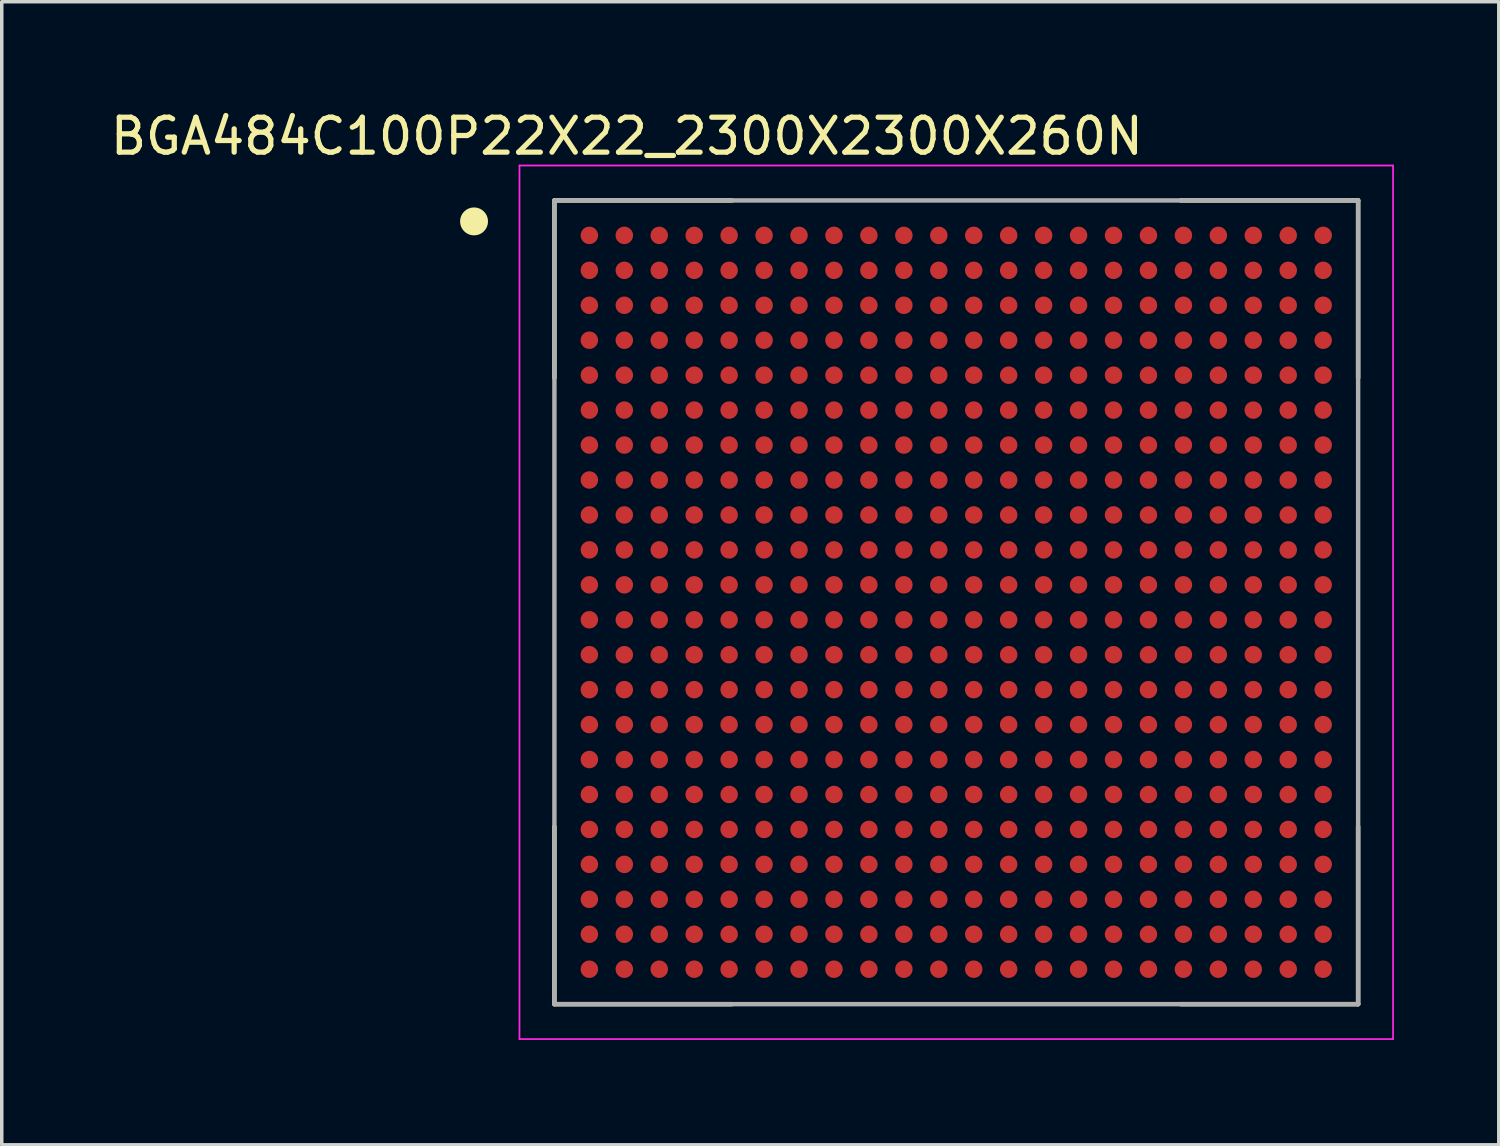
<source format=kicad_pcb>
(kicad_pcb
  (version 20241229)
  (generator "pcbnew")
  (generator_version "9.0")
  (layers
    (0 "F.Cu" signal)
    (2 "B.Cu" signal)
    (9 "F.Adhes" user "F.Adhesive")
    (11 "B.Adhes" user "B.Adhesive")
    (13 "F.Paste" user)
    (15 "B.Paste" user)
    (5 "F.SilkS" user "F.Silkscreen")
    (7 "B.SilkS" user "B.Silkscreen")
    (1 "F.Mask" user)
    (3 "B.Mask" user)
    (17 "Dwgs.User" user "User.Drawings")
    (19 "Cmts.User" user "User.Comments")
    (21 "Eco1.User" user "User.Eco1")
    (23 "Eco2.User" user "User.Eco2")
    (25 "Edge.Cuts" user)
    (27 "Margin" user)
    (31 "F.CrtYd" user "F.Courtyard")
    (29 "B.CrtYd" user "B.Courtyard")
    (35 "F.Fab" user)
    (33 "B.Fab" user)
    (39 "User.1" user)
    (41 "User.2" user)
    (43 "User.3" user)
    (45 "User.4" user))
  (footprint "BGA484C100P22X22_2300X2300X260N"
    (layer "F.Cu")
    (at 24.316 14.186)
    (property "Reference" "BGA484C100P22X22_2300X2300X260N" (at -9.427 -13.337 0) (layer "F.SilkS") (effects (font (size 1 1) (thickness 0.15))))
    (attr smd)
    (fp_line (start -11.5 -11.5) (end -6.42 -11.5) (stroke (width 0.127) (type solid)) (layer "F.SilkS"))
    (fp_line (start -11.5 -6.42) (end -11.5 -11.5) (stroke (width 0.127) (type solid)) (layer "F.SilkS"))
    (fp_line (start -11.5 11.5) (end -11.5 6.42) (stroke (width 0.127) (type solid)) (layer "F.SilkS"))
    (fp_line (start -6.42 11.5) (end -11.5 11.5) (stroke (width 0.127) (type solid)) (layer "F.SilkS"))
    (fp_line (start 6.42 -11.5) (end 11.5 -11.5) (stroke (width 0.127) (type solid)) (layer "F.SilkS"))
    (fp_line (start 6.42 11.5) (end 11.5 11.5) (stroke (width 0.127) (type solid)) (layer "F.SilkS"))
    (fp_line (start 11.5 -11.5) (end 11.5 -6.42) (stroke (width 0.127) (type solid)) (layer "F.SilkS"))
    (fp_line (start 11.5 11.5) (end 11.5 6.42) (stroke (width 0.127) (type solid)) (layer "F.SilkS"))
    (fp_circle (center -13.8 -10.9) (end -13.6 -10.9) (stroke (width 0.4) (type solid)) (fill no) (layer "F.SilkS"))
    (fp_line (start -12.5 -12.5) (end 12.5 -12.5) (stroke (width 0.05) (type solid)) (layer "F.CrtYd"))
    (fp_line (start -12.5 12.5) (end -12.5 -12.5) (stroke (width 0.05) (type solid)) (layer "F.CrtYd"))
    (fp_line (start 12.5 -12.5) (end 12.5 12.5) (stroke (width 0.05) (type solid)) (layer "F.CrtYd"))
    (fp_line (start 12.5 12.5) (end -12.5 12.5) (stroke (width 0.05) (type solid)) (layer "F.CrtYd"))
    (fp_line (start -11.5 -11.5) (end 11.5 -11.5) (stroke (width 0.127) (type solid)) (layer "F.Fab"))
    (fp_line (start -11.5 11.5) (end -11.5 -11.5) (stroke (width 0.127) (type solid)) (layer "F.Fab"))
    (fp_line (start 11.5 -11.5) (end 11.5 11.5) (stroke (width 0.127) (type solid)) (layer "F.Fab"))
    (fp_line (start 11.5 11.5) (end -11.5 11.5) (stroke (width 0.127) (type solid)) (layer "F.Fab"))
    (pad "A1" smd circle (at -10.5 -10.5) (size 0.5 0.5) (layers "F.Cu" "F.Mask" "F.Paste"))
    (pad "A2" smd circle (at -9.5 -10.5) (size 0.5 0.5) (layers "F.Cu" "F.Mask" "F.Paste"))
    (pad "A3" smd circle (at -8.5 -10.5) (size 0.5 0.5) (layers "F.Cu" "F.Mask" "F.Paste"))
    (pad "A4" smd circle (at -7.5 -10.5) (size 0.5 0.5) (layers "F.Cu" "F.Mask" "F.Paste"))
    (pad "A5" smd circle (at -6.5 -10.5) (size 0.5 0.5) (layers "F.Cu" "F.Mask" "F.Paste"))
    (pad "A6" smd circle (at -5.5 -10.5) (size 0.5 0.5) (layers "F.Cu" "F.Mask" "F.Paste"))
    (pad "A7" smd circle (at -4.5 -10.5) (size 0.5 0.5) (layers "F.Cu" "F.Mask" "F.Paste"))
    (pad "A8" smd circle (at -3.5 -10.5) (size 0.5 0.5) (layers "F.Cu" "F.Mask" "F.Paste"))
    (pad "A9" smd circle (at -2.5 -10.5) (size 0.5 0.5) (layers "F.Cu" "F.Mask" "F.Paste"))
    (pad "A10" smd circle (at -1.5 -10.5) (size 0.5 0.5) (layers "F.Cu" "F.Mask" "F.Paste"))
    (pad "A11" smd circle (at -0.5 -10.5) (size 0.5 0.5) (layers "F.Cu" "F.Mask" "F.Paste"))
    (pad "A12" smd circle (at 0.5 -10.5) (size 0.5 0.5) (layers "F.Cu" "F.Mask" "F.Paste"))
    (pad "A13" smd circle (at 1.5 -10.5) (size 0.5 0.5) (layers "F.Cu" "F.Mask" "F.Paste"))
    (pad "A14" smd circle (at 2.5 -10.5) (size 0.5 0.5) (layers "F.Cu" "F.Mask" "F.Paste"))
    (pad "A15" smd circle (at 3.5 -10.5) (size 0.5 0.5) (layers "F.Cu" "F.Mask" "F.Paste"))
    (pad "A16" smd circle (at 4.5 -10.5) (size 0.5 0.5) (layers "F.Cu" "F.Mask" "F.Paste"))
    (pad "A17" smd circle (at 5.5 -10.5) (size 0.5 0.5) (layers "F.Cu" "F.Mask" "F.Paste"))
    (pad "A18" smd circle (at 6.5 -10.5) (size 0.5 0.5) (layers "F.Cu" "F.Mask" "F.Paste"))
    (pad "A19" smd circle (at 7.5 -10.5) (size 0.5 0.5) (layers "F.Cu" "F.Mask" "F.Paste"))
    (pad "A20" smd circle (at 8.5 -10.5) (size 0.5 0.5) (layers "F.Cu" "F.Mask" "F.Paste"))
    (pad "A21" smd circle (at 9.5 -10.5) (size 0.5 0.5) (layers "F.Cu" "F.Mask" "F.Paste"))
    (pad "A22" smd circle (at 10.5 -10.5) (size 0.5 0.5) (layers "F.Cu" "F.Mask" "F.Paste"))
    (pad "AA1" smd circle (at -10.5 9.5) (size 0.5 0.5) (layers "F.Cu" "F.Mask" "F.Paste"))
    (pad "AA2" smd circle (at -9.5 9.5) (size 0.5 0.5) (layers "F.Cu" "F.Mask" "F.Paste"))
    (pad "AA3" smd circle (at -8.5 9.5) (size 0.5 0.5) (layers "F.Cu" "F.Mask" "F.Paste"))
    (pad "AA4" smd circle (at -7.5 9.5) (size 0.5 0.5) (layers "F.Cu" "F.Mask" "F.Paste"))
    (pad "AA5" smd circle (at -6.5 9.5) (size 0.5 0.5) (layers "F.Cu" "F.Mask" "F.Paste"))
    (pad "AA6" smd circle (at -5.5 9.5) (size 0.5 0.5) (layers "F.Cu" "F.Mask" "F.Paste"))
    (pad "AA7" smd circle (at -4.5 9.5) (size 0.5 0.5) (layers "F.Cu" "F.Mask" "F.Paste"))
    (pad "AA8" smd circle (at -3.5 9.5) (size 0.5 0.5) (layers "F.Cu" "F.Mask" "F.Paste"))
    (pad "AA9" smd circle (at -2.5 9.5) (size 0.5 0.5) (layers "F.Cu" "F.Mask" "F.Paste"))
    (pad "AA10" smd circle (at -1.5 9.5) (size 0.5 0.5) (layers "F.Cu" "F.Mask" "F.Paste"))
    (pad "AA11" smd circle (at -0.5 9.5) (size 0.5 0.5) (layers "F.Cu" "F.Mask" "F.Paste"))
    (pad "AA12" smd circle (at 0.5 9.5) (size 0.5 0.5) (layers "F.Cu" "F.Mask" "F.Paste"))
    (pad "AA13" smd circle (at 1.5 9.5) (size 0.5 0.5) (layers "F.Cu" "F.Mask" "F.Paste"))
    (pad "AA14" smd circle (at 2.5 9.5) (size 0.5 0.5) (layers "F.Cu" "F.Mask" "F.Paste"))
    (pad "AA15" smd circle (at 3.5 9.5) (size 0.5 0.5) (layers "F.Cu" "F.Mask" "F.Paste"))
    (pad "AA16" smd circle (at 4.5 9.5) (size 0.5 0.5) (layers "F.Cu" "F.Mask" "F.Paste"))
    (pad "AA17" smd circle (at 5.5 9.5) (size 0.5 0.5) (layers "F.Cu" "F.Mask" "F.Paste"))
    (pad "AA18" smd circle (at 6.5 9.5) (size 0.5 0.5) (layers "F.Cu" "F.Mask" "F.Paste"))
    (pad "AA19" smd circle (at 7.5 9.5) (size 0.5 0.5) (layers "F.Cu" "F.Mask" "F.Paste"))
    (pad "AA20" smd circle (at 8.5 9.5) (size 0.5 0.5) (layers "F.Cu" "F.Mask" "F.Paste"))
    (pad "AA21" smd circle (at 9.5 9.5) (size 0.5 0.5) (layers "F.Cu" "F.Mask" "F.Paste"))
    (pad "AA22" smd circle (at 10.5 9.5) (size 0.5 0.5) (layers "F.Cu" "F.Mask" "F.Paste"))
    (pad "AB1" smd circle (at -10.5 10.5) (size 0.5 0.5) (layers "F.Cu" "F.Mask" "F.Paste"))
    (pad "AB2" smd circle (at -9.5 10.5) (size 0.5 0.5) (layers "F.Cu" "F.Mask" "F.Paste"))
    (pad "AB3" smd circle (at -8.5 10.5) (size 0.5 0.5) (layers "F.Cu" "F.Mask" "F.Paste"))
    (pad "AB4" smd circle (at -7.5 10.5) (size 0.5 0.5) (layers "F.Cu" "F.Mask" "F.Paste"))
    (pad "AB5" smd circle (at -6.5 10.5) (size 0.5 0.5) (layers "F.Cu" "F.Mask" "F.Paste"))
    (pad "AB6" smd circle (at -5.5 10.5) (size 0.5 0.5) (layers "F.Cu" "F.Mask" "F.Paste"))
    (pad "AB7" smd circle (at -4.5 10.5) (size 0.5 0.5) (layers "F.Cu" "F.Mask" "F.Paste"))
    (pad "AB8" smd circle (at -3.5 10.5) (size 0.5 0.5) (layers "F.Cu" "F.Mask" "F.Paste"))
    (pad "AB9" smd circle (at -2.5 10.5) (size 0.5 0.5) (layers "F.Cu" "F.Mask" "F.Paste"))
    (pad "AB10" smd circle (at -1.5 10.5) (size 0.5 0.5) (layers "F.Cu" "F.Mask" "F.Paste"))
    (pad "AB11" smd circle (at -0.5 10.5) (size 0.5 0.5) (layers "F.Cu" "F.Mask" "F.Paste"))
    (pad "AB12" smd circle (at 0.5 10.5) (size 0.5 0.5) (layers "F.Cu" "F.Mask" "F.Paste"))
    (pad "AB13" smd circle (at 1.5 10.5) (size 0.5 0.5) (layers "F.Cu" "F.Mask" "F.Paste"))
    (pad "AB14" smd circle (at 2.5 10.5) (size 0.5 0.5) (layers "F.Cu" "F.Mask" "F.Paste"))
    (pad "AB15" smd circle (at 3.5 10.5) (size 0.5 0.5) (layers "F.Cu" "F.Mask" "F.Paste"))
    (pad "AB16" smd circle (at 4.5 10.5) (size 0.5 0.5) (layers "F.Cu" "F.Mask" "F.Paste"))
    (pad "AB17" smd circle (at 5.5 10.5) (size 0.5 0.5) (layers "F.Cu" "F.Mask" "F.Paste"))
    (pad "AB18" smd circle (at 6.5 10.5) (size 0.5 0.5) (layers "F.Cu" "F.Mask" "F.Paste"))
    (pad "AB19" smd circle (at 7.5 10.5) (size 0.5 0.5) (layers "F.Cu" "F.Mask" "F.Paste"))
    (pad "AB20" smd circle (at 8.5 10.5) (size 0.5 0.5) (layers "F.Cu" "F.Mask" "F.Paste"))
    (pad "AB21" smd circle (at 9.5 10.5) (size 0.5 0.5) (layers "F.Cu" "F.Mask" "F.Paste"))
    (pad "AB22" smd circle (at 10.5 10.5) (size 0.5 0.5) (layers "F.Cu" "F.Mask" "F.Paste"))
    (pad "B1" smd circle (at -10.5 -9.5) (size 0.5 0.5) (layers "F.Cu" "F.Mask" "F.Paste"))
    (pad "B2" smd circle (at -9.5 -9.5) (size 0.5 0.5) (layers "F.Cu" "F.Mask" "F.Paste"))
    (pad "B3" smd circle (at -8.5 -9.5) (size 0.5 0.5) (layers "F.Cu" "F.Mask" "F.Paste"))
    (pad "B4" smd circle (at -7.5 -9.5) (size 0.5 0.5) (layers "F.Cu" "F.Mask" "F.Paste"))
    (pad "B5" smd circle (at -6.5 -9.5) (size 0.5 0.5) (layers "F.Cu" "F.Mask" "F.Paste"))
    (pad "B6" smd circle (at -5.5 -9.5) (size 0.5 0.5) (layers "F.Cu" "F.Mask" "F.Paste"))
    (pad "B7" smd circle (at -4.5 -9.5) (size 0.5 0.5) (layers "F.Cu" "F.Mask" "F.Paste"))
    (pad "B8" smd circle (at -3.5 -9.5) (size 0.5 0.5) (layers "F.Cu" "F.Mask" "F.Paste"))
    (pad "B9" smd circle (at -2.5 -9.5) (size 0.5 0.5) (layers "F.Cu" "F.Mask" "F.Paste"))
    (pad "B10" smd circle (at -1.5 -9.5) (size 0.5 0.5) (layers "F.Cu" "F.Mask" "F.Paste"))
    (pad "B11" smd circle (at -0.5 -9.5) (size 0.5 0.5) (layers "F.Cu" "F.Mask" "F.Paste"))
    (pad "B12" smd circle (at 0.5 -9.5) (size 0.5 0.5) (layers "F.Cu" "F.Mask" "F.Paste"))
    (pad "B13" smd circle (at 1.5 -9.5) (size 0.5 0.5) (layers "F.Cu" "F.Mask" "F.Paste"))
    (pad "B14" smd circle (at 2.5 -9.5) (size 0.5 0.5) (layers "F.Cu" "F.Mask" "F.Paste"))
    (pad "B15" smd circle (at 3.5 -9.5) (size 0.5 0.5) (layers "F.Cu" "F.Mask" "F.Paste"))
    (pad "B16" smd circle (at 4.5 -9.5) (size 0.5 0.5) (layers "F.Cu" "F.Mask" "F.Paste"))
    (pad "B17" smd circle (at 5.5 -9.5) (size 0.5 0.5) (layers "F.Cu" "F.Mask" "F.Paste"))
    (pad "B18" smd circle (at 6.5 -9.5) (size 0.5 0.5) (layers "F.Cu" "F.Mask" "F.Paste"))
    (pad "B19" smd circle (at 7.5 -9.5) (size 0.5 0.5) (layers "F.Cu" "F.Mask" "F.Paste"))
    (pad "B20" smd circle (at 8.5 -9.5) (size 0.5 0.5) (layers "F.Cu" "F.Mask" "F.Paste"))
    (pad "B21" smd circle (at 9.5 -9.5) (size 0.5 0.5) (layers "F.Cu" "F.Mask" "F.Paste"))
    (pad "B22" smd circle (at 10.5 -9.5) (size 0.5 0.5) (layers "F.Cu" "F.Mask" "F.Paste"))
    (pad "C1" smd circle (at -10.5 -8.5) (size 0.5 0.5) (layers "F.Cu" "F.Mask" "F.Paste"))
    (pad "C2" smd circle (at -9.5 -8.5) (size 0.5 0.5) (layers "F.Cu" "F.Mask" "F.Paste"))
    (pad "C3" smd circle (at -8.5 -8.5) (size 0.5 0.5) (layers "F.Cu" "F.Mask" "F.Paste"))
    (pad "C4" smd circle (at -7.5 -8.5) (size 0.5 0.5) (layers "F.Cu" "F.Mask" "F.Paste"))
    (pad "C5" smd circle (at -6.5 -8.5) (size 0.5 0.5) (layers "F.Cu" "F.Mask" "F.Paste"))
    (pad "C6" smd circle (at -5.5 -8.5) (size 0.5 0.5) (layers "F.Cu" "F.Mask" "F.Paste"))
    (pad "C7" smd circle (at -4.5 -8.5) (size 0.5 0.5) (layers "F.Cu" "F.Mask" "F.Paste"))
    (pad "C8" smd circle (at -3.5 -8.5) (size 0.5 0.5) (layers "F.Cu" "F.Mask" "F.Paste"))
    (pad "C9" smd circle (at -2.5 -8.5) (size 0.5 0.5) (layers "F.Cu" "F.Mask" "F.Paste"))
    (pad "C10" smd circle (at -1.5 -8.5) (size 0.5 0.5) (layers "F.Cu" "F.Mask" "F.Paste"))
    (pad "C11" smd circle (at -0.5 -8.5) (size 0.5 0.5) (layers "F.Cu" "F.Mask" "F.Paste"))
    (pad "C12" smd circle (at 0.5 -8.5) (size 0.5 0.5) (layers "F.Cu" "F.Mask" "F.Paste"))
    (pad "C13" smd circle (at 1.5 -8.5) (size 0.5 0.5) (layers "F.Cu" "F.Mask" "F.Paste"))
    (pad "C14" smd circle (at 2.5 -8.5) (size 0.5 0.5) (layers "F.Cu" "F.Mask" "F.Paste"))
    (pad "C15" smd circle (at 3.5 -8.5) (size 0.5 0.5) (layers "F.Cu" "F.Mask" "F.Paste"))
    (pad "C16" smd circle (at 4.5 -8.5) (size 0.5 0.5) (layers "F.Cu" "F.Mask" "F.Paste"))
    (pad "C17" smd circle (at 5.5 -8.5) (size 0.5 0.5) (layers "F.Cu" "F.Mask" "F.Paste"))
    (pad "C18" smd circle (at 6.5 -8.5) (size 0.5 0.5) (layers "F.Cu" "F.Mask" "F.Paste"))
    (pad "C19" smd circle (at 7.5 -8.5) (size 0.5 0.5) (layers "F.Cu" "F.Mask" "F.Paste"))
    (pad "C20" smd circle (at 8.5 -8.5) (size 0.5 0.5) (layers "F.Cu" "F.Mask" "F.Paste"))
    (pad "C21" smd circle (at 9.5 -8.5) (size 0.5 0.5) (layers "F.Cu" "F.Mask" "F.Paste"))
    (pad "C22" smd circle (at 10.5 -8.5) (size 0.5 0.5) (layers "F.Cu" "F.Mask" "F.Paste"))
    (pad "D1" smd circle (at -10.5 -7.5) (size 0.5 0.5) (layers "F.Cu" "F.Mask" "F.Paste"))
    (pad "D2" smd circle (at -9.5 -7.5) (size 0.5 0.5) (layers "F.Cu" "F.Mask" "F.Paste"))
    (pad "D3" smd circle (at -8.5 -7.5) (size 0.5 0.5) (layers "F.Cu" "F.Mask" "F.Paste"))
    (pad "D4" smd circle (at -7.5 -7.5) (size 0.5 0.5) (layers "F.Cu" "F.Mask" "F.Paste"))
    (pad "D5" smd circle (at -6.5 -7.5) (size 0.5 0.5) (layers "F.Cu" "F.Mask" "F.Paste"))
    (pad "D6" smd circle (at -5.5 -7.5) (size 0.5 0.5) (layers "F.Cu" "F.Mask" "F.Paste"))
    (pad "D7" smd circle (at -4.5 -7.5) (size 0.5 0.5) (layers "F.Cu" "F.Mask" "F.Paste"))
    (pad "D8" smd circle (at -3.5 -7.5) (size 0.5 0.5) (layers "F.Cu" "F.Mask" "F.Paste"))
    (pad "D9" smd circle (at -2.5 -7.5) (size 0.5 0.5) (layers "F.Cu" "F.Mask" "F.Paste"))
    (pad "D10" smd circle (at -1.5 -7.5) (size 0.5 0.5) (layers "F.Cu" "F.Mask" "F.Paste"))
    (pad "D11" smd circle (at -0.5 -7.5) (size 0.5 0.5) (layers "F.Cu" "F.Mask" "F.Paste"))
    (pad "D12" smd circle (at 0.5 -7.5) (size 0.5 0.5) (layers "F.Cu" "F.Mask" "F.Paste"))
    (pad "D13" smd circle (at 1.5 -7.5) (size 0.5 0.5) (layers "F.Cu" "F.Mask" "F.Paste"))
    (pad "D14" smd circle (at 2.5 -7.5) (size 0.5 0.5) (layers "F.Cu" "F.Mask" "F.Paste"))
    (pad "D15" smd circle (at 3.5 -7.5) (size 0.5 0.5) (layers "F.Cu" "F.Mask" "F.Paste"))
    (pad "D16" smd circle (at 4.5 -7.5) (size 0.5 0.5) (layers "F.Cu" "F.Mask" "F.Paste"))
    (pad "D17" smd circle (at 5.5 -7.5) (size 0.5 0.5) (layers "F.Cu" "F.Mask" "F.Paste"))
    (pad "D18" smd circle (at 6.5 -7.5) (size 0.5 0.5) (layers "F.Cu" "F.Mask" "F.Paste"))
    (pad "D19" smd circle (at 7.5 -7.5) (size 0.5 0.5) (layers "F.Cu" "F.Mask" "F.Paste"))
    (pad "D20" smd circle (at 8.5 -7.5) (size 0.5 0.5) (layers "F.Cu" "F.Mask" "F.Paste"))
    (pad "D21" smd circle (at 9.5 -7.5) (size 0.5 0.5) (layers "F.Cu" "F.Mask" "F.Paste"))
    (pad "D22" smd circle (at 10.5 -7.5) (size 0.5 0.5) (layers "F.Cu" "F.Mask" "F.Paste"))
    (pad "E1" smd circle (at -10.5 -6.5) (size 0.5 0.5) (layers "F.Cu" "F.Mask" "F.Paste"))
    (pad "E2" smd circle (at -9.5 -6.5) (size 0.5 0.5) (layers "F.Cu" "F.Mask" "F.Paste"))
    (pad "E3" smd circle (at -8.5 -6.5) (size 0.5 0.5) (layers "F.Cu" "F.Mask" "F.Paste"))
    (pad "E4" smd circle (at -7.5 -6.5) (size 0.5 0.5) (layers "F.Cu" "F.Mask" "F.Paste"))
    (pad "E5" smd circle (at -6.5 -6.5) (size 0.5 0.5) (layers "F.Cu" "F.Mask" "F.Paste"))
    (pad "E6" smd circle (at -5.5 -6.5) (size 0.5 0.5) (layers "F.Cu" "F.Mask" "F.Paste"))
    (pad "E7" smd circle (at -4.5 -6.5) (size 0.5 0.5) (layers "F.Cu" "F.Mask" "F.Paste"))
    (pad "E8" smd circle (at -3.5 -6.5) (size 0.5 0.5) (layers "F.Cu" "F.Mask" "F.Paste"))
    (pad "E9" smd circle (at -2.5 -6.5) (size 0.5 0.5) (layers "F.Cu" "F.Mask" "F.Paste"))
    (pad "E10" smd circle (at -1.5 -6.5) (size 0.5 0.5) (layers "F.Cu" "F.Mask" "F.Paste"))
    (pad "E11" smd circle (at -0.5 -6.5) (size 0.5 0.5) (layers "F.Cu" "F.Mask" "F.Paste"))
    (pad "E12" smd circle (at 0.5 -6.5) (size 0.5 0.5) (layers "F.Cu" "F.Mask" "F.Paste"))
    (pad "E13" smd circle (at 1.5 -6.5) (size 0.5 0.5) (layers "F.Cu" "F.Mask" "F.Paste"))
    (pad "E14" smd circle (at 2.5 -6.5) (size 0.5 0.5) (layers "F.Cu" "F.Mask" "F.Paste"))
    (pad "E15" smd circle (at 3.5 -6.5) (size 0.5 0.5) (layers "F.Cu" "F.Mask" "F.Paste"))
    (pad "E16" smd circle (at 4.5 -6.5) (size 0.5 0.5) (layers "F.Cu" "F.Mask" "F.Paste"))
    (pad "E17" smd circle (at 5.5 -6.5) (size 0.5 0.5) (layers "F.Cu" "F.Mask" "F.Paste"))
    (pad "E18" smd circle (at 6.5 -6.5) (size 0.5 0.5) (layers "F.Cu" "F.Mask" "F.Paste"))
    (pad "E19" smd circle (at 7.5 -6.5) (size 0.5 0.5) (layers "F.Cu" "F.Mask" "F.Paste"))
    (pad "E20" smd circle (at 8.5 -6.5) (size 0.5 0.5) (layers "F.Cu" "F.Mask" "F.Paste"))
    (pad "E21" smd circle (at 9.5 -6.5) (size 0.5 0.5) (layers "F.Cu" "F.Mask" "F.Paste"))
    (pad "E22" smd circle (at 10.5 -6.5) (size 0.5 0.5) (layers "F.Cu" "F.Mask" "F.Paste"))
    (pad "F1" smd circle (at -10.5 -5.5) (size 0.5 0.5) (layers "F.Cu" "F.Mask" "F.Paste"))
    (pad "F2" smd circle (at -9.5 -5.5) (size 0.5 0.5) (layers "F.Cu" "F.Mask" "F.Paste"))
    (pad "F3" smd circle (at -8.5 -5.5) (size 0.5 0.5) (layers "F.Cu" "F.Mask" "F.Paste"))
    (pad "F4" smd circle (at -7.5 -5.5) (size 0.5 0.5) (layers "F.Cu" "F.Mask" "F.Paste"))
    (pad "F5" smd circle (at -6.5 -5.5) (size 0.5 0.5) (layers "F.Cu" "F.Mask" "F.Paste"))
    (pad "F6" smd circle (at -5.5 -5.5) (size 0.5 0.5) (layers "F.Cu" "F.Mask" "F.Paste"))
    (pad "F7" smd circle (at -4.5 -5.5) (size 0.5 0.5) (layers "F.Cu" "F.Mask" "F.Paste"))
    (pad "F8" smd circle (at -3.5 -5.5) (size 0.5 0.5) (layers "F.Cu" "F.Mask" "F.Paste"))
    (pad "F9" smd circle (at -2.5 -5.5) (size 0.5 0.5) (layers "F.Cu" "F.Mask" "F.Paste"))
    (pad "F10" smd circle (at -1.5 -5.5) (size 0.5 0.5) (layers "F.Cu" "F.Mask" "F.Paste"))
    (pad "F11" smd circle (at -0.5 -5.5) (size 0.5 0.5) (layers "F.Cu" "F.Mask" "F.Paste"))
    (pad "F12" smd circle (at 0.5 -5.5) (size 0.5 0.5) (layers "F.Cu" "F.Mask" "F.Paste"))
    (pad "F13" smd circle (at 1.5 -5.5) (size 0.5 0.5) (layers "F.Cu" "F.Mask" "F.Paste"))
    (pad "F14" smd circle (at 2.5 -5.5) (size 0.5 0.5) (layers "F.Cu" "F.Mask" "F.Paste"))
    (pad "F15" smd circle (at 3.5 -5.5) (size 0.5 0.5) (layers "F.Cu" "F.Mask" "F.Paste"))
    (pad "F16" smd circle (at 4.5 -5.5) (size 0.5 0.5) (layers "F.Cu" "F.Mask" "F.Paste"))
    (pad "F17" smd circle (at 5.5 -5.5) (size 0.5 0.5) (layers "F.Cu" "F.Mask" "F.Paste"))
    (pad "F18" smd circle (at 6.5 -5.5) (size 0.5 0.5) (layers "F.Cu" "F.Mask" "F.Paste"))
    (pad "F19" smd circle (at 7.5 -5.5) (size 0.5 0.5) (layers "F.Cu" "F.Mask" "F.Paste"))
    (pad "F20" smd circle (at 8.5 -5.5) (size 0.5 0.5) (layers "F.Cu" "F.Mask" "F.Paste"))
    (pad "F21" smd circle (at 9.5 -5.5) (size 0.5 0.5) (layers "F.Cu" "F.Mask" "F.Paste"))
    (pad "F22" smd circle (at 10.5 -5.5) (size 0.5 0.5) (layers "F.Cu" "F.Mask" "F.Paste"))
    (pad "G1" smd circle (at -10.5 -4.5) (size 0.5 0.5) (layers "F.Cu" "F.Mask" "F.Paste"))
    (pad "G2" smd circle (at -9.5 -4.5) (size 0.5 0.5) (layers "F.Cu" "F.Mask" "F.Paste"))
    (pad "G3" smd circle (at -8.5 -4.5) (size 0.5 0.5) (layers "F.Cu" "F.Mask" "F.Paste"))
    (pad "G4" smd circle (at -7.5 -4.5) (size 0.5 0.5) (layers "F.Cu" "F.Mask" "F.Paste"))
    (pad "G5" smd circle (at -6.5 -4.5) (size 0.5 0.5) (layers "F.Cu" "F.Mask" "F.Paste"))
    (pad "G6" smd circle (at -5.5 -4.5) (size 0.5 0.5) (layers "F.Cu" "F.Mask" "F.Paste"))
    (pad "G7" smd circle (at -4.5 -4.5) (size 0.5 0.5) (layers "F.Cu" "F.Mask" "F.Paste"))
    (pad "G8" smd circle (at -3.5 -4.5) (size 0.5 0.5) (layers "F.Cu" "F.Mask" "F.Paste"))
    (pad "G9" smd circle (at -2.5 -4.5) (size 0.5 0.5) (layers "F.Cu" "F.Mask" "F.Paste"))
    (pad "G10" smd circle (at -1.5 -4.5) (size 0.5 0.5) (layers "F.Cu" "F.Mask" "F.Paste"))
    (pad "G11" smd circle (at -0.5 -4.5) (size 0.5 0.5) (layers "F.Cu" "F.Mask" "F.Paste"))
    (pad "G12" smd circle (at 0.5 -4.5) (size 0.5 0.5) (layers "F.Cu" "F.Mask" "F.Paste"))
    (pad "G13" smd circle (at 1.5 -4.5) (size 0.5 0.5) (layers "F.Cu" "F.Mask" "F.Paste"))
    (pad "G14" smd circle (at 2.5 -4.5) (size 0.5 0.5) (layers "F.Cu" "F.Mask" "F.Paste"))
    (pad "G15" smd circle (at 3.5 -4.5) (size 0.5 0.5) (layers "F.Cu" "F.Mask" "F.Paste"))
    (pad "G16" smd circle (at 4.5 -4.5) (size 0.5 0.5) (layers "F.Cu" "F.Mask" "F.Paste"))
    (pad "G17" smd circle (at 5.5 -4.5) (size 0.5 0.5) (layers "F.Cu" "F.Mask" "F.Paste"))
    (pad "G18" smd circle (at 6.5 -4.5) (size 0.5 0.5) (layers "F.Cu" "F.Mask" "F.Paste"))
    (pad "G19" smd circle (at 7.5 -4.5) (size 0.5 0.5) (layers "F.Cu" "F.Mask" "F.Paste"))
    (pad "G20" smd circle (at 8.5 -4.5) (size 0.5 0.5) (layers "F.Cu" "F.Mask" "F.Paste"))
    (pad "G21" smd circle (at 9.5 -4.5) (size 0.5 0.5) (layers "F.Cu" "F.Mask" "F.Paste"))
    (pad "G22" smd circle (at 10.5 -4.5) (size 0.5 0.5) (layers "F.Cu" "F.Mask" "F.Paste"))
    (pad "H1" smd circle (at -10.5 -3.5) (size 0.5 0.5) (layers "F.Cu" "F.Mask" "F.Paste"))
    (pad "H2" smd circle (at -9.5 -3.5) (size 0.5 0.5) (layers "F.Cu" "F.Mask" "F.Paste"))
    (pad "H3" smd circle (at -8.5 -3.5) (size 0.5 0.5) (layers "F.Cu" "F.Mask" "F.Paste"))
    (pad "H4" smd circle (at -7.5 -3.5) (size 0.5 0.5) (layers "F.Cu" "F.Mask" "F.Paste"))
    (pad "H5" smd circle (at -6.5 -3.5) (size 0.5 0.5) (layers "F.Cu" "F.Mask" "F.Paste"))
    (pad "H6" smd circle (at -5.5 -3.5) (size 0.5 0.5) (layers "F.Cu" "F.Mask" "F.Paste"))
    (pad "H7" smd circle (at -4.5 -3.5) (size 0.5 0.5) (layers "F.Cu" "F.Mask" "F.Paste"))
    (pad "H8" smd circle (at -3.5 -3.5) (size 0.5 0.5) (layers "F.Cu" "F.Mask" "F.Paste"))
    (pad "H9" smd circle (at -2.5 -3.5) (size 0.5 0.5) (layers "F.Cu" "F.Mask" "F.Paste"))
    (pad "H10" smd circle (at -1.5 -3.5) (size 0.5 0.5) (layers "F.Cu" "F.Mask" "F.Paste"))
    (pad "H11" smd circle (at -0.5 -3.5) (size 0.5 0.5) (layers "F.Cu" "F.Mask" "F.Paste"))
    (pad "H12" smd circle (at 0.5 -3.5) (size 0.5 0.5) (layers "F.Cu" "F.Mask" "F.Paste"))
    (pad "H13" smd circle (at 1.5 -3.5) (size 0.5 0.5) (layers "F.Cu" "F.Mask" "F.Paste"))
    (pad "H14" smd circle (at 2.5 -3.5) (size 0.5 0.5) (layers "F.Cu" "F.Mask" "F.Paste"))
    (pad "H15" smd circle (at 3.5 -3.5) (size 0.5 0.5) (layers "F.Cu" "F.Mask" "F.Paste"))
    (pad "H16" smd circle (at 4.5 -3.5) (size 0.5 0.5) (layers "F.Cu" "F.Mask" "F.Paste"))
    (pad "H17" smd circle (at 5.5 -3.5) (size 0.5 0.5) (layers "F.Cu" "F.Mask" "F.Paste"))
    (pad "H18" smd circle (at 6.5 -3.5) (size 0.5 0.5) (layers "F.Cu" "F.Mask" "F.Paste"))
    (pad "H19" smd circle (at 7.5 -3.5) (size 0.5 0.5) (layers "F.Cu" "F.Mask" "F.Paste"))
    (pad "H20" smd circle (at 8.5 -3.5) (size 0.5 0.5) (layers "F.Cu" "F.Mask" "F.Paste"))
    (pad "H21" smd circle (at 9.5 -3.5) (size 0.5 0.5) (layers "F.Cu" "F.Mask" "F.Paste"))
    (pad "H22" smd circle (at 10.5 -3.5) (size 0.5 0.5) (layers "F.Cu" "F.Mask" "F.Paste"))
    (pad "J1" smd circle (at -10.5 -2.5) (size 0.5 0.5) (layers "F.Cu" "F.Mask" "F.Paste"))
    (pad "J2" smd circle (at -9.5 -2.5) (size 0.5 0.5) (layers "F.Cu" "F.Mask" "F.Paste"))
    (pad "J3" smd circle (at -8.5 -2.5) (size 0.5 0.5) (layers "F.Cu" "F.Mask" "F.Paste"))
    (pad "J4" smd circle (at -7.5 -2.5) (size 0.5 0.5) (layers "F.Cu" "F.Mask" "F.Paste"))
    (pad "J5" smd circle (at -6.5 -2.5) (size 0.5 0.5) (layers "F.Cu" "F.Mask" "F.Paste"))
    (pad "J6" smd circle (at -5.5 -2.5) (size 0.5 0.5) (layers "F.Cu" "F.Mask" "F.Paste"))
    (pad "J7" smd circle (at -4.5 -2.5) (size 0.5 0.5) (layers "F.Cu" "F.Mask" "F.Paste"))
    (pad "J8" smd circle (at -3.5 -2.5) (size 0.5 0.5) (layers "F.Cu" "F.Mask" "F.Paste"))
    (pad "J9" smd circle (at -2.5 -2.5) (size 0.5 0.5) (layers "F.Cu" "F.Mask" "F.Paste"))
    (pad "J10" smd circle (at -1.5 -2.5) (size 0.5 0.5) (layers "F.Cu" "F.Mask" "F.Paste"))
    (pad "J11" smd circle (at -0.5 -2.5) (size 0.5 0.5) (layers "F.Cu" "F.Mask" "F.Paste"))
    (pad "J12" smd circle (at 0.5 -2.5) (size 0.5 0.5) (layers "F.Cu" "F.Mask" "F.Paste"))
    (pad "J13" smd circle (at 1.5 -2.5) (size 0.5 0.5) (layers "F.Cu" "F.Mask" "F.Paste"))
    (pad "J14" smd circle (at 2.5 -2.5) (size 0.5 0.5) (layers "F.Cu" "F.Mask" "F.Paste"))
    (pad "J15" smd circle (at 3.5 -2.5) (size 0.5 0.5) (layers "F.Cu" "F.Mask" "F.Paste"))
    (pad "J16" smd circle (at 4.5 -2.5) (size 0.5 0.5) (layers "F.Cu" "F.Mask" "F.Paste"))
    (pad "J17" smd circle (at 5.5 -2.5) (size 0.5 0.5) (layers "F.Cu" "F.Mask" "F.Paste"))
    (pad "J18" smd circle (at 6.5 -2.5) (size 0.5 0.5) (layers "F.Cu" "F.Mask" "F.Paste"))
    (pad "J19" smd circle (at 7.5 -2.5) (size 0.5 0.5) (layers "F.Cu" "F.Mask" "F.Paste"))
    (pad "J20" smd circle (at 8.5 -2.5) (size 0.5 0.5) (layers "F.Cu" "F.Mask" "F.Paste"))
    (pad "J21" smd circle (at 9.5 -2.5) (size 0.5 0.5) (layers "F.Cu" "F.Mask" "F.Paste"))
    (pad "J22" smd circle (at 10.5 -2.5) (size 0.5 0.5) (layers "F.Cu" "F.Mask" "F.Paste"))
    (pad "K1" smd circle (at -10.5 -1.5) (size 0.5 0.5) (layers "F.Cu" "F.Mask" "F.Paste"))
    (pad "K2" smd circle (at -9.5 -1.5) (size 0.5 0.5) (layers "F.Cu" "F.Mask" "F.Paste"))
    (pad "K3" smd circle (at -8.5 -1.5) (size 0.5 0.5) (layers "F.Cu" "F.Mask" "F.Paste"))
    (pad "K4" smd circle (at -7.5 -1.5) (size 0.5 0.5) (layers "F.Cu" "F.Mask" "F.Paste"))
    (pad "K5" smd circle (at -6.5 -1.5) (size 0.5 0.5) (layers "F.Cu" "F.Mask" "F.Paste"))
    (pad "K6" smd circle (at -5.5 -1.5) (size 0.5 0.5) (layers "F.Cu" "F.Mask" "F.Paste"))
    (pad "K7" smd circle (at -4.5 -1.5) (size 0.5 0.5) (layers "F.Cu" "F.Mask" "F.Paste"))
    (pad "K8" smd circle (at -3.5 -1.5) (size 0.5 0.5) (layers "F.Cu" "F.Mask" "F.Paste"))
    (pad "K9" smd circle (at -2.5 -1.5) (size 0.5 0.5) (layers "F.Cu" "F.Mask" "F.Paste"))
    (pad "K10" smd circle (at -1.5 -1.5) (size 0.5 0.5) (layers "F.Cu" "F.Mask" "F.Paste"))
    (pad "K11" smd circle (at -0.5 -1.5) (size 0.5 0.5) (layers "F.Cu" "F.Mask" "F.Paste"))
    (pad "K12" smd circle (at 0.5 -1.5) (size 0.5 0.5) (layers "F.Cu" "F.Mask" "F.Paste"))
    (pad "K13" smd circle (at 1.5 -1.5) (size 0.5 0.5) (layers "F.Cu" "F.Mask" "F.Paste"))
    (pad "K14" smd circle (at 2.5 -1.5) (size 0.5 0.5) (layers "F.Cu" "F.Mask" "F.Paste"))
    (pad "K15" smd circle (at 3.5 -1.5) (size 0.5 0.5) (layers "F.Cu" "F.Mask" "F.Paste"))
    (pad "K16" smd circle (at 4.5 -1.5) (size 0.5 0.5) (layers "F.Cu" "F.Mask" "F.Paste"))
    (pad "K17" smd circle (at 5.5 -1.5) (size 0.5 0.5) (layers "F.Cu" "F.Mask" "F.Paste"))
    (pad "K18" smd circle (at 6.5 -1.5) (size 0.5 0.5) (layers "F.Cu" "F.Mask" "F.Paste"))
    (pad "K19" smd circle (at 7.5 -1.5) (size 0.5 0.5) (layers "F.Cu" "F.Mask" "F.Paste"))
    (pad "K20" smd circle (at 8.5 -1.5) (size 0.5 0.5) (layers "F.Cu" "F.Mask" "F.Paste"))
    (pad "K21" smd circle (at 9.5 -1.5) (size 0.5 0.5) (layers "F.Cu" "F.Mask" "F.Paste"))
    (pad "K22" smd circle (at 10.5 -1.5) (size 0.5 0.5) (layers "F.Cu" "F.Mask" "F.Paste"))
    (pad "L1" smd circle (at -10.5 -0.5) (size 0.5 0.5) (layers "F.Cu" "F.Mask" "F.Paste"))
    (pad "L2" smd circle (at -9.5 -0.5) (size 0.5 0.5) (layers "F.Cu" "F.Mask" "F.Paste"))
    (pad "L3" smd circle (at -8.5 -0.5) (size 0.5 0.5) (layers "F.Cu" "F.Mask" "F.Paste"))
    (pad "L4" smd circle (at -7.5 -0.5) (size 0.5 0.5) (layers "F.Cu" "F.Mask" "F.Paste"))
    (pad "L5" smd circle (at -6.5 -0.5) (size 0.5 0.5) (layers "F.Cu" "F.Mask" "F.Paste"))
    (pad "L6" smd circle (at -5.5 -0.5) (size 0.5 0.5) (layers "F.Cu" "F.Mask" "F.Paste"))
    (pad "L7" smd circle (at -4.5 -0.5) (size 0.5 0.5) (layers "F.Cu" "F.Mask" "F.Paste"))
    (pad "L8" smd circle (at -3.5 -0.5) (size 0.5 0.5) (layers "F.Cu" "F.Mask" "F.Paste"))
    (pad "L9" smd circle (at -2.5 -0.5) (size 0.5 0.5) (layers "F.Cu" "F.Mask" "F.Paste"))
    (pad "L10" smd circle (at -1.5 -0.5) (size 0.5 0.5) (layers "F.Cu" "F.Mask" "F.Paste"))
    (pad "L11" smd circle (at -0.5 -0.5) (size 0.5 0.5) (layers "F.Cu" "F.Mask" "F.Paste"))
    (pad "L12" smd circle (at 0.5 -0.5) (size 0.5 0.5) (layers "F.Cu" "F.Mask" "F.Paste"))
    (pad "L13" smd circle (at 1.5 -0.5) (size 0.5 0.5) (layers "F.Cu" "F.Mask" "F.Paste"))
    (pad "L14" smd circle (at 2.5 -0.5) (size 0.5 0.5) (layers "F.Cu" "F.Mask" "F.Paste"))
    (pad "L15" smd circle (at 3.5 -0.5) (size 0.5 0.5) (layers "F.Cu" "F.Mask" "F.Paste"))
    (pad "L16" smd circle (at 4.5 -0.5) (size 0.5 0.5) (layers "F.Cu" "F.Mask" "F.Paste"))
    (pad "L17" smd circle (at 5.5 -0.5) (size 0.5 0.5) (layers "F.Cu" "F.Mask" "F.Paste"))
    (pad "L18" smd circle (at 6.5 -0.5) (size 0.5 0.5) (layers "F.Cu" "F.Mask" "F.Paste"))
    (pad "L19" smd circle (at 7.5 -0.5) (size 0.5 0.5) (layers "F.Cu" "F.Mask" "F.Paste"))
    (pad "L20" smd circle (at 8.5 -0.5) (size 0.5 0.5) (layers "F.Cu" "F.Mask" "F.Paste"))
    (pad "L21" smd circle (at 9.5 -0.5) (size 0.5 0.5) (layers "F.Cu" "F.Mask" "F.Paste"))
    (pad "L22" smd circle (at 10.5 -0.5) (size 0.5 0.5) (layers "F.Cu" "F.Mask" "F.Paste"))
    (pad "M1" smd circle (at -10.5 0.5) (size 0.5 0.5) (layers "F.Cu" "F.Mask" "F.Paste"))
    (pad "M2" smd circle (at -9.5 0.5) (size 0.5 0.5) (layers "F.Cu" "F.Mask" "F.Paste"))
    (pad "M3" smd circle (at -8.5 0.5) (size 0.5 0.5) (layers "F.Cu" "F.Mask" "F.Paste"))
    (pad "M4" smd circle (at -7.5 0.5) (size 0.5 0.5) (layers "F.Cu" "F.Mask" "F.Paste"))
    (pad "M5" smd circle (at -6.5 0.5) (size 0.5 0.5) (layers "F.Cu" "F.Mask" "F.Paste"))
    (pad "M6" smd circle (at -5.5 0.5) (size 0.5 0.5) (layers "F.Cu" "F.Mask" "F.Paste"))
    (pad "M7" smd circle (at -4.5 0.5) (size 0.5 0.5) (layers "F.Cu" "F.Mask" "F.Paste"))
    (pad "M8" smd circle (at -3.5 0.5) (size 0.5 0.5) (layers "F.Cu" "F.Mask" "F.Paste"))
    (pad "M9" smd circle (at -2.5 0.5) (size 0.5 0.5) (layers "F.Cu" "F.Mask" "F.Paste"))
    (pad "M10" smd circle (at -1.5 0.5) (size 0.5 0.5) (layers "F.Cu" "F.Mask" "F.Paste"))
    (pad "M11" smd circle (at -0.5 0.5) (size 0.5 0.5) (layers "F.Cu" "F.Mask" "F.Paste"))
    (pad "M12" smd circle (at 0.5 0.5) (size 0.5 0.5) (layers "F.Cu" "F.Mask" "F.Paste"))
    (pad "M13" smd circle (at 1.5 0.5) (size 0.5 0.5) (layers "F.Cu" "F.Mask" "F.Paste"))
    (pad "M14" smd circle (at 2.5 0.5) (size 0.5 0.5) (layers "F.Cu" "F.Mask" "F.Paste"))
    (pad "M15" smd circle (at 3.5 0.5) (size 0.5 0.5) (layers "F.Cu" "F.Mask" "F.Paste"))
    (pad "M16" smd circle (at 4.5 0.5) (size 0.5 0.5) (layers "F.Cu" "F.Mask" "F.Paste"))
    (pad "M17" smd circle (at 5.5 0.5) (size 0.5 0.5) (layers "F.Cu" "F.Mask" "F.Paste"))
    (pad "M18" smd circle (at 6.5 0.5) (size 0.5 0.5) (layers "F.Cu" "F.Mask" "F.Paste"))
    (pad "M19" smd circle (at 7.5 0.5) (size 0.5 0.5) (layers "F.Cu" "F.Mask" "F.Paste"))
    (pad "M20" smd circle (at 8.5 0.5) (size 0.5 0.5) (layers "F.Cu" "F.Mask" "F.Paste"))
    (pad "M21" smd circle (at 9.5 0.5) (size 0.5 0.5) (layers "F.Cu" "F.Mask" "F.Paste"))
    (pad "M22" smd circle (at 10.5 0.5) (size 0.5 0.5) (layers "F.Cu" "F.Mask" "F.Paste"))
    (pad "N1" smd circle (at -10.5 1.5) (size 0.5 0.5) (layers "F.Cu" "F.Mask" "F.Paste"))
    (pad "N2" smd circle (at -9.5 1.5) (size 0.5 0.5) (layers "F.Cu" "F.Mask" "F.Paste"))
    (pad "N3" smd circle (at -8.5 1.5) (size 0.5 0.5) (layers "F.Cu" "F.Mask" "F.Paste"))
    (pad "N4" smd circle (at -7.5 1.5) (size 0.5 0.5) (layers "F.Cu" "F.Mask" "F.Paste"))
    (pad "N5" smd circle (at -6.5 1.5) (size 0.5 0.5) (layers "F.Cu" "F.Mask" "F.Paste"))
    (pad "N6" smd circle (at -5.5 1.5) (size 0.5 0.5) (layers "F.Cu" "F.Mask" "F.Paste"))
    (pad "N7" smd circle (at -4.5 1.5) (size 0.5 0.5) (layers "F.Cu" "F.Mask" "F.Paste"))
    (pad "N8" smd circle (at -3.5 1.5) (size 0.5 0.5) (layers "F.Cu" "F.Mask" "F.Paste"))
    (pad "N9" smd circle (at -2.5 1.5) (size 0.5 0.5) (layers "F.Cu" "F.Mask" "F.Paste"))
    (pad "N10" smd circle (at -1.5 1.5) (size 0.5 0.5) (layers "F.Cu" "F.Mask" "F.Paste"))
    (pad "N11" smd circle (at -0.5 1.5) (size 0.5 0.5) (layers "F.Cu" "F.Mask" "F.Paste"))
    (pad "N12" smd circle (at 0.5 1.5) (size 0.5 0.5) (layers "F.Cu" "F.Mask" "F.Paste"))
    (pad "N13" smd circle (at 1.5 1.5) (size 0.5 0.5) (layers "F.Cu" "F.Mask" "F.Paste"))
    (pad "N14" smd circle (at 2.5 1.5) (size 0.5 0.5) (layers "F.Cu" "F.Mask" "F.Paste"))
    (pad "N15" smd circle (at 3.5 1.5) (size 0.5 0.5) (layers "F.Cu" "F.Mask" "F.Paste"))
    (pad "N16" smd circle (at 4.5 1.5) (size 0.5 0.5) (layers "F.Cu" "F.Mask" "F.Paste"))
    (pad "N17" smd circle (at 5.5 1.5) (size 0.5 0.5) (layers "F.Cu" "F.Mask" "F.Paste"))
    (pad "N18" smd circle (at 6.5 1.5) (size 0.5 0.5) (layers "F.Cu" "F.Mask" "F.Paste"))
    (pad "N19" smd circle (at 7.5 1.5) (size 0.5 0.5) (layers "F.Cu" "F.Mask" "F.Paste"))
    (pad "N20" smd circle (at 8.5 1.5) (size 0.5 0.5) (layers "F.Cu" "F.Mask" "F.Paste"))
    (pad "N21" smd circle (at 9.5 1.5) (size 0.5 0.5) (layers "F.Cu" "F.Mask" "F.Paste"))
    (pad "N22" smd circle (at 10.5 1.5) (size 0.5 0.5) (layers "F.Cu" "F.Mask" "F.Paste"))
    (pad "P1" smd circle (at -10.5 2.5) (size 0.5 0.5) (layers "F.Cu" "F.Mask" "F.Paste"))
    (pad "P2" smd circle (at -9.5 2.5) (size 0.5 0.5) (layers "F.Cu" "F.Mask" "F.Paste"))
    (pad "P3" smd circle (at -8.5 2.5) (size 0.5 0.5) (layers "F.Cu" "F.Mask" "F.Paste"))
    (pad "P4" smd circle (at -7.5 2.5) (size 0.5 0.5) (layers "F.Cu" "F.Mask" "F.Paste"))
    (pad "P5" smd circle (at -6.5 2.5) (size 0.5 0.5) (layers "F.Cu" "F.Mask" "F.Paste"))
    (pad "P6" smd circle (at -5.5 2.5) (size 0.5 0.5) (layers "F.Cu" "F.Mask" "F.Paste"))
    (pad "P7" smd circle (at -4.5 2.5) (size 0.5 0.5) (layers "F.Cu" "F.Mask" "F.Paste"))
    (pad "P8" smd circle (at -3.5 2.5) (size 0.5 0.5) (layers "F.Cu" "F.Mask" "F.Paste"))
    (pad "P9" smd circle (at -2.5 2.5) (size 0.5 0.5) (layers "F.Cu" "F.Mask" "F.Paste"))
    (pad "P10" smd circle (at -1.5 2.5) (size 0.5 0.5) (layers "F.Cu" "F.Mask" "F.Paste"))
    (pad "P11" smd circle (at -0.5 2.5) (size 0.5 0.5) (layers "F.Cu" "F.Mask" "F.Paste"))
    (pad "P12" smd circle (at 0.5 2.5) (size 0.5 0.5) (layers "F.Cu" "F.Mask" "F.Paste"))
    (pad "P13" smd circle (at 1.5 2.5) (size 0.5 0.5) (layers "F.Cu" "F.Mask" "F.Paste"))
    (pad "P14" smd circle (at 2.5 2.5) (size 0.5 0.5) (layers "F.Cu" "F.Mask" "F.Paste"))
    (pad "P15" smd circle (at 3.5 2.5) (size 0.5 0.5) (layers "F.Cu" "F.Mask" "F.Paste"))
    (pad "P16" smd circle (at 4.5 2.5) (size 0.5 0.5) (layers "F.Cu" "F.Mask" "F.Paste"))
    (pad "P17" smd circle (at 5.5 2.5) (size 0.5 0.5) (layers "F.Cu" "F.Mask" "F.Paste"))
    (pad "P18" smd circle (at 6.5 2.5) (size 0.5 0.5) (layers "F.Cu" "F.Mask" "F.Paste"))
    (pad "P19" smd circle (at 7.5 2.5) (size 0.5 0.5) (layers "F.Cu" "F.Mask" "F.Paste"))
    (pad "P20" smd circle (at 8.5 2.5) (size 0.5 0.5) (layers "F.Cu" "F.Mask" "F.Paste"))
    (pad "P21" smd circle (at 9.5 2.5) (size 0.5 0.5) (layers "F.Cu" "F.Mask" "F.Paste"))
    (pad "P22" smd circle (at 10.5 2.5) (size 0.5 0.5) (layers "F.Cu" "F.Mask" "F.Paste"))
    (pad "R1" smd circle (at -10.5 3.5) (size 0.5 0.5) (layers "F.Cu" "F.Mask" "F.Paste"))
    (pad "R2" smd circle (at -9.5 3.5) (size 0.5 0.5) (layers "F.Cu" "F.Mask" "F.Paste"))
    (pad "R3" smd circle (at -8.5 3.5) (size 0.5 0.5) (layers "F.Cu" "F.Mask" "F.Paste"))
    (pad "R4" smd circle (at -7.5 3.5) (size 0.5 0.5) (layers "F.Cu" "F.Mask" "F.Paste"))
    (pad "R5" smd circle (at -6.5 3.5) (size 0.5 0.5) (layers "F.Cu" "F.Mask" "F.Paste"))
    (pad "R6" smd circle (at -5.5 3.5) (size 0.5 0.5) (layers "F.Cu" "F.Mask" "F.Paste"))
    (pad "R7" smd circle (at -4.5 3.5) (size 0.5 0.5) (layers "F.Cu" "F.Mask" "F.Paste"))
    (pad "R8" smd circle (at -3.5 3.5) (size 0.5 0.5) (layers "F.Cu" "F.Mask" "F.Paste"))
    (pad "R9" smd circle (at -2.5 3.5) (size 0.5 0.5) (layers "F.Cu" "F.Mask" "F.Paste"))
    (pad "R10" smd circle (at -1.5 3.5) (size 0.5 0.5) (layers "F.Cu" "F.Mask" "F.Paste"))
    (pad "R11" smd circle (at -0.5 3.5) (size 0.5 0.5) (layers "F.Cu" "F.Mask" "F.Paste"))
    (pad "R12" smd circle (at 0.5 3.5) (size 0.5 0.5) (layers "F.Cu" "F.Mask" "F.Paste"))
    (pad "R13" smd circle (at 1.5 3.5) (size 0.5 0.5) (layers "F.Cu" "F.Mask" "F.Paste"))
    (pad "R14" smd circle (at 2.5 3.5) (size 0.5 0.5) (layers "F.Cu" "F.Mask" "F.Paste"))
    (pad "R15" smd circle (at 3.5 3.5) (size 0.5 0.5) (layers "F.Cu" "F.Mask" "F.Paste"))
    (pad "R16" smd circle (at 4.5 3.5) (size 0.5 0.5) (layers "F.Cu" "F.Mask" "F.Paste"))
    (pad "R17" smd circle (at 5.5 3.5) (size 0.5 0.5) (layers "F.Cu" "F.Mask" "F.Paste"))
    (pad "R18" smd circle (at 6.5 3.5) (size 0.5 0.5) (layers "F.Cu" "F.Mask" "F.Paste"))
    (pad "R19" smd circle (at 7.5 3.5) (size 0.5 0.5) (layers "F.Cu" "F.Mask" "F.Paste"))
    (pad "R20" smd circle (at 8.5 3.5) (size 0.5 0.5) (layers "F.Cu" "F.Mask" "F.Paste"))
    (pad "R21" smd circle (at 9.5 3.5) (size 0.5 0.5) (layers "F.Cu" "F.Mask" "F.Paste"))
    (pad "R22" smd circle (at 10.5 3.5) (size 0.5 0.5) (layers "F.Cu" "F.Mask" "F.Paste"))
    (pad "T1" smd circle (at -10.5 4.5) (size 0.5 0.5) (layers "F.Cu" "F.Mask" "F.Paste"))
    (pad "T2" smd circle (at -9.5 4.5) (size 0.5 0.5) (layers "F.Cu" "F.Mask" "F.Paste"))
    (pad "T3" smd circle (at -8.5 4.5) (size 0.5 0.5) (layers "F.Cu" "F.Mask" "F.Paste"))
    (pad "T4" smd circle (at -7.5 4.5) (size 0.5 0.5) (layers "F.Cu" "F.Mask" "F.Paste"))
    (pad "T5" smd circle (at -6.5 4.5) (size 0.5 0.5) (layers "F.Cu" "F.Mask" "F.Paste"))
    (pad "T6" smd circle (at -5.5 4.5) (size 0.5 0.5) (layers "F.Cu" "F.Mask" "F.Paste"))
    (pad "T7" smd circle (at -4.5 4.5) (size 0.5 0.5) (layers "F.Cu" "F.Mask" "F.Paste"))
    (pad "T8" smd circle (at -3.5 4.5) (size 0.5 0.5) (layers "F.Cu" "F.Mask" "F.Paste"))
    (pad "T9" smd circle (at -2.5 4.5) (size 0.5 0.5) (layers "F.Cu" "F.Mask" "F.Paste"))
    (pad "T10" smd circle (at -1.5 4.5) (size 0.5 0.5) (layers "F.Cu" "F.Mask" "F.Paste"))
    (pad "T11" smd circle (at -0.5 4.5) (size 0.5 0.5) (layers "F.Cu" "F.Mask" "F.Paste"))
    (pad "T12" smd circle (at 0.5 4.5) (size 0.5 0.5) (layers "F.Cu" "F.Mask" "F.Paste"))
    (pad "T13" smd circle (at 1.5 4.5) (size 0.5 0.5) (layers "F.Cu" "F.Mask" "F.Paste"))
    (pad "T14" smd circle (at 2.5 4.5) (size 0.5 0.5) (layers "F.Cu" "F.Mask" "F.Paste"))
    (pad "T15" smd circle (at 3.5 4.5) (size 0.5 0.5) (layers "F.Cu" "F.Mask" "F.Paste"))
    (pad "T16" smd circle (at 4.5 4.5) (size 0.5 0.5) (layers "F.Cu" "F.Mask" "F.Paste"))
    (pad "T17" smd circle (at 5.5 4.5) (size 0.5 0.5) (layers "F.Cu" "F.Mask" "F.Paste"))
    (pad "T18" smd circle (at 6.5 4.5) (size 0.5 0.5) (layers "F.Cu" "F.Mask" "F.Paste"))
    (pad "T19" smd circle (at 7.5 4.5) (size 0.5 0.5) (layers "F.Cu" "F.Mask" "F.Paste"))
    (pad "T20" smd circle (at 8.5 4.5) (size 0.5 0.5) (layers "F.Cu" "F.Mask" "F.Paste"))
    (pad "T21" smd circle (at 9.5 4.5) (size 0.5 0.5) (layers "F.Cu" "F.Mask" "F.Paste"))
    (pad "T22" smd circle (at 10.5 4.5) (size 0.5 0.5) (layers "F.Cu" "F.Mask" "F.Paste"))
    (pad "U1" smd circle (at -10.5 5.5) (size 0.5 0.5) (layers "F.Cu" "F.Mask" "F.Paste"))
    (pad "U2" smd circle (at -9.5 5.5) (size 0.5 0.5) (layers "F.Cu" "F.Mask" "F.Paste"))
    (pad "U3" smd circle (at -8.5 5.5) (size 0.5 0.5) (layers "F.Cu" "F.Mask" "F.Paste"))
    (pad "U4" smd circle (at -7.5 5.5) (size 0.5 0.5) (layers "F.Cu" "F.Mask" "F.Paste"))
    (pad "U5" smd circle (at -6.5 5.5) (size 0.5 0.5) (layers "F.Cu" "F.Mask" "F.Paste"))
    (pad "U6" smd circle (at -5.5 5.5) (size 0.5 0.5) (layers "F.Cu" "F.Mask" "F.Paste"))
    (pad "U7" smd circle (at -4.5 5.5) (size 0.5 0.5) (layers "F.Cu" "F.Mask" "F.Paste"))
    (pad "U8" smd circle (at -3.5 5.5) (size 0.5 0.5) (layers "F.Cu" "F.Mask" "F.Paste"))
    (pad "U9" smd circle (at -2.5 5.5) (size 0.5 0.5) (layers "F.Cu" "F.Mask" "F.Paste"))
    (pad "U10" smd circle (at -1.5 5.5) (size 0.5 0.5) (layers "F.Cu" "F.Mask" "F.Paste"))
    (pad "U11" smd circle (at -0.5 5.5) (size 0.5 0.5) (layers "F.Cu" "F.Mask" "F.Paste"))
    (pad "U12" smd circle (at 0.5 5.5) (size 0.5 0.5) (layers "F.Cu" "F.Mask" "F.Paste"))
    (pad "U13" smd circle (at 1.5 5.5) (size 0.5 0.5) (layers "F.Cu" "F.Mask" "F.Paste"))
    (pad "U14" smd circle (at 2.5 5.5) (size 0.5 0.5) (layers "F.Cu" "F.Mask" "F.Paste"))
    (pad "U15" smd circle (at 3.5 5.5) (size 0.5 0.5) (layers "F.Cu" "F.Mask" "F.Paste"))
    (pad "U16" smd circle (at 4.5 5.5) (size 0.5 0.5) (layers "F.Cu" "F.Mask" "F.Paste"))
    (pad "U17" smd circle (at 5.5 5.5) (size 0.5 0.5) (layers "F.Cu" "F.Mask" "F.Paste"))
    (pad "U18" smd circle (at 6.5 5.5) (size 0.5 0.5) (layers "F.Cu" "F.Mask" "F.Paste"))
    (pad "U19" smd circle (at 7.5 5.5) (size 0.5 0.5) (layers "F.Cu" "F.Mask" "F.Paste"))
    (pad "U20" smd circle (at 8.5 5.5) (size 0.5 0.5) (layers "F.Cu" "F.Mask" "F.Paste"))
    (pad "U21" smd circle (at 9.5 5.5) (size 0.5 0.5) (layers "F.Cu" "F.Mask" "F.Paste"))
    (pad "U22" smd circle (at 10.5 5.5) (size 0.5 0.5) (layers "F.Cu" "F.Mask" "F.Paste"))
    (pad "V1" smd circle (at -10.5 6.5) (size 0.5 0.5) (layers "F.Cu" "F.Mask" "F.Paste"))
    (pad "V2" smd circle (at -9.5 6.5) (size 0.5 0.5) (layers "F.Cu" "F.Mask" "F.Paste"))
    (pad "V3" smd circle (at -8.5 6.5) (size 0.5 0.5) (layers "F.Cu" "F.Mask" "F.Paste"))
    (pad "V4" smd circle (at -7.5 6.5) (size 0.5 0.5) (layers "F.Cu" "F.Mask" "F.Paste"))
    (pad "V5" smd circle (at -6.5 6.5) (size 0.5 0.5) (layers "F.Cu" "F.Mask" "F.Paste"))
    (pad "V6" smd circle (at -5.5 6.5) (size 0.5 0.5) (layers "F.Cu" "F.Mask" "F.Paste"))
    (pad "V7" smd circle (at -4.5 6.5) (size 0.5 0.5) (layers "F.Cu" "F.Mask" "F.Paste"))
    (pad "V8" smd circle (at -3.5 6.5) (size 0.5 0.5) (layers "F.Cu" "F.Mask" "F.Paste"))
    (pad "V9" smd circle (at -2.5 6.5) (size 0.5 0.5) (layers "F.Cu" "F.Mask" "F.Paste"))
    (pad "V10" smd circle (at -1.5 6.5) (size 0.5 0.5) (layers "F.Cu" "F.Mask" "F.Paste"))
    (pad "V11" smd circle (at -0.5 6.5) (size 0.5 0.5) (layers "F.Cu" "F.Mask" "F.Paste"))
    (pad "V12" smd circle (at 0.5 6.5) (size 0.5 0.5) (layers "F.Cu" "F.Mask" "F.Paste"))
    (pad "V13" smd circle (at 1.5 6.5) (size 0.5 0.5) (layers "F.Cu" "F.Mask" "F.Paste"))
    (pad "V14" smd circle (at 2.5 6.5) (size 0.5 0.5) (layers "F.Cu" "F.Mask" "F.Paste"))
    (pad "V15" smd circle (at 3.5 6.5) (size 0.5 0.5) (layers "F.Cu" "F.Mask" "F.Paste"))
    (pad "V16" smd circle (at 4.5 6.5) (size 0.5 0.5) (layers "F.Cu" "F.Mask" "F.Paste"))
    (pad "V17" smd circle (at 5.5 6.5) (size 0.5 0.5) (layers "F.Cu" "F.Mask" "F.Paste"))
    (pad "V18" smd circle (at 6.5 6.5) (size 0.5 0.5) (layers "F.Cu" "F.Mask" "F.Paste"))
    (pad "V19" smd circle (at 7.5 6.5) (size 0.5 0.5) (layers "F.Cu" "F.Mask" "F.Paste"))
    (pad "V20" smd circle (at 8.5 6.5) (size 0.5 0.5) (layers "F.Cu" "F.Mask" "F.Paste"))
    (pad "V21" smd circle (at 9.5 6.5) (size 0.5 0.5) (layers "F.Cu" "F.Mask" "F.Paste"))
    (pad "V22" smd circle (at 10.5 6.5) (size 0.5 0.5) (layers "F.Cu" "F.Mask" "F.Paste"))
    (pad "W1" smd circle (at -10.5 7.5) (size 0.5 0.5) (layers "F.Cu" "F.Mask" "F.Paste"))
    (pad "W2" smd circle (at -9.5 7.5) (size 0.5 0.5) (layers "F.Cu" "F.Mask" "F.Paste"))
    (pad "W3" smd circle (at -8.5 7.5) (size 0.5 0.5) (layers "F.Cu" "F.Mask" "F.Paste"))
    (pad "W4" smd circle (at -7.5 7.5) (size 0.5 0.5) (layers "F.Cu" "F.Mask" "F.Paste"))
    (pad "W5" smd circle (at -6.5 7.5) (size 0.5 0.5) (layers "F.Cu" "F.Mask" "F.Paste"))
    (pad "W6" smd circle (at -5.5 7.5) (size 0.5 0.5) (layers "F.Cu" "F.Mask" "F.Paste"))
    (pad "W7" smd circle (at -4.5 7.5) (size 0.5 0.5) (layers "F.Cu" "F.Mask" "F.Paste"))
    (pad "W8" smd circle (at -3.5 7.5) (size 0.5 0.5) (layers "F.Cu" "F.Mask" "F.Paste"))
    (pad "W9" smd circle (at -2.5 7.5) (size 0.5 0.5) (layers "F.Cu" "F.Mask" "F.Paste"))
    (pad "W10" smd circle (at -1.5 7.5) (size 0.5 0.5) (layers "F.Cu" "F.Mask" "F.Paste"))
    (pad "W11" smd circle (at -0.5 7.5) (size 0.5 0.5) (layers "F.Cu" "F.Mask" "F.Paste"))
    (pad "W12" smd circle (at 0.5 7.5) (size 0.5 0.5) (layers "F.Cu" "F.Mask" "F.Paste"))
    (pad "W13" smd circle (at 1.5 7.5) (size 0.5 0.5) (layers "F.Cu" "F.Mask" "F.Paste"))
    (pad "W14" smd circle (at 2.5 7.5) (size 0.5 0.5) (layers "F.Cu" "F.Mask" "F.Paste"))
    (pad "W15" smd circle (at 3.5 7.5) (size 0.5 0.5) (layers "F.Cu" "F.Mask" "F.Paste"))
    (pad "W16" smd circle (at 4.5 7.5) (size 0.5 0.5) (layers "F.Cu" "F.Mask" "F.Paste"))
    (pad "W17" smd circle (at 5.5 7.5) (size 0.5 0.5) (layers "F.Cu" "F.Mask" "F.Paste"))
    (pad "W18" smd circle (at 6.5 7.5) (size 0.5 0.5) (layers "F.Cu" "F.Mask" "F.Paste"))
    (pad "W19" smd circle (at 7.5 7.5) (size 0.5 0.5) (layers "F.Cu" "F.Mask" "F.Paste"))
    (pad "W20" smd circle (at 8.5 7.5) (size 0.5 0.5) (layers "F.Cu" "F.Mask" "F.Paste"))
    (pad "W21" smd circle (at 9.5 7.5) (size 0.5 0.5) (layers "F.Cu" "F.Mask" "F.Paste"))
    (pad "W22" smd circle (at 10.5 7.5) (size 0.5 0.5) (layers "F.Cu" "F.Mask" "F.Paste"))
    (pad "Y1" smd circle (at -10.5 8.5) (size 0.5 0.5) (layers "F.Cu" "F.Mask" "F.Paste"))
    (pad "Y2" smd circle (at -9.5 8.5) (size 0.5 0.5) (layers "F.Cu" "F.Mask" "F.Paste"))
    (pad "Y3" smd circle (at -8.5 8.5) (size 0.5 0.5) (layers "F.Cu" "F.Mask" "F.Paste"))
    (pad "Y4" smd circle (at -7.5 8.5) (size 0.5 0.5) (layers "F.Cu" "F.Mask" "F.Paste"))
    (pad "Y5" smd circle (at -6.5 8.5) (size 0.5 0.5) (layers "F.Cu" "F.Mask" "F.Paste"))
    (pad "Y6" smd circle (at -5.5 8.5) (size 0.5 0.5) (layers "F.Cu" "F.Mask" "F.Paste"))
    (pad "Y7" smd circle (at -4.5 8.5) (size 0.5 0.5) (layers "F.Cu" "F.Mask" "F.Paste"))
    (pad "Y8" smd circle (at -3.5 8.5) (size 0.5 0.5) (layers "F.Cu" "F.Mask" "F.Paste"))
    (pad "Y9" smd circle (at -2.5 8.5) (size 0.5 0.5) (layers "F.Cu" "F.Mask" "F.Paste"))
    (pad "Y10" smd circle (at -1.5 8.5) (size 0.5 0.5) (layers "F.Cu" "F.Mask" "F.Paste"))
    (pad "Y11" smd circle (at -0.5 8.5) (size 0.5 0.5) (layers "F.Cu" "F.Mask" "F.Paste"))
    (pad "Y12" smd circle (at 0.5 8.5) (size 0.5 0.5) (layers "F.Cu" "F.Mask" "F.Paste"))
    (pad "Y13" smd circle (at 1.5 8.5) (size 0.5 0.5) (layers "F.Cu" "F.Mask" "F.Paste"))
    (pad "Y14" smd circle (at 2.5 8.5) (size 0.5 0.5) (layers "F.Cu" "F.Mask" "F.Paste"))
    (pad "Y15" smd circle (at 3.5 8.5) (size 0.5 0.5) (layers "F.Cu" "F.Mask" "F.Paste"))
    (pad "Y16" smd circle (at 4.5 8.5) (size 0.5 0.5) (layers "F.Cu" "F.Mask" "F.Paste"))
    (pad "Y17" smd circle (at 5.5 8.5) (size 0.5 0.5) (layers "F.Cu" "F.Mask" "F.Paste"))
    (pad "Y18" smd circle (at 6.5 8.5) (size 0.5 0.5) (layers "F.Cu" "F.Mask" "F.Paste"))
    (pad "Y19" smd circle (at 7.5 8.5) (size 0.5 0.5) (layers "F.Cu" "F.Mask" "F.Paste"))
    (pad "Y20" smd circle (at 8.5 8.5) (size 0.5 0.5) (layers "F.Cu" "F.Mask" "F.Paste"))
    (pad "Y21" smd circle (at 9.5 8.5) (size 0.5 0.5) (layers "F.Cu" "F.Mask" "F.Paste"))
    (pad "Y22" smd circle (at 10.5 8.5) (size 0.5 0.5) (layers "F.Cu" "F.Mask" "F.Paste")))
  (gr_rect
    (start -3 -3)
    (end 39.841 29.711)
    (stroke (width 0.1) (type default))
    (fill no)
    (layer "Edge.Cuts")))
</source>
